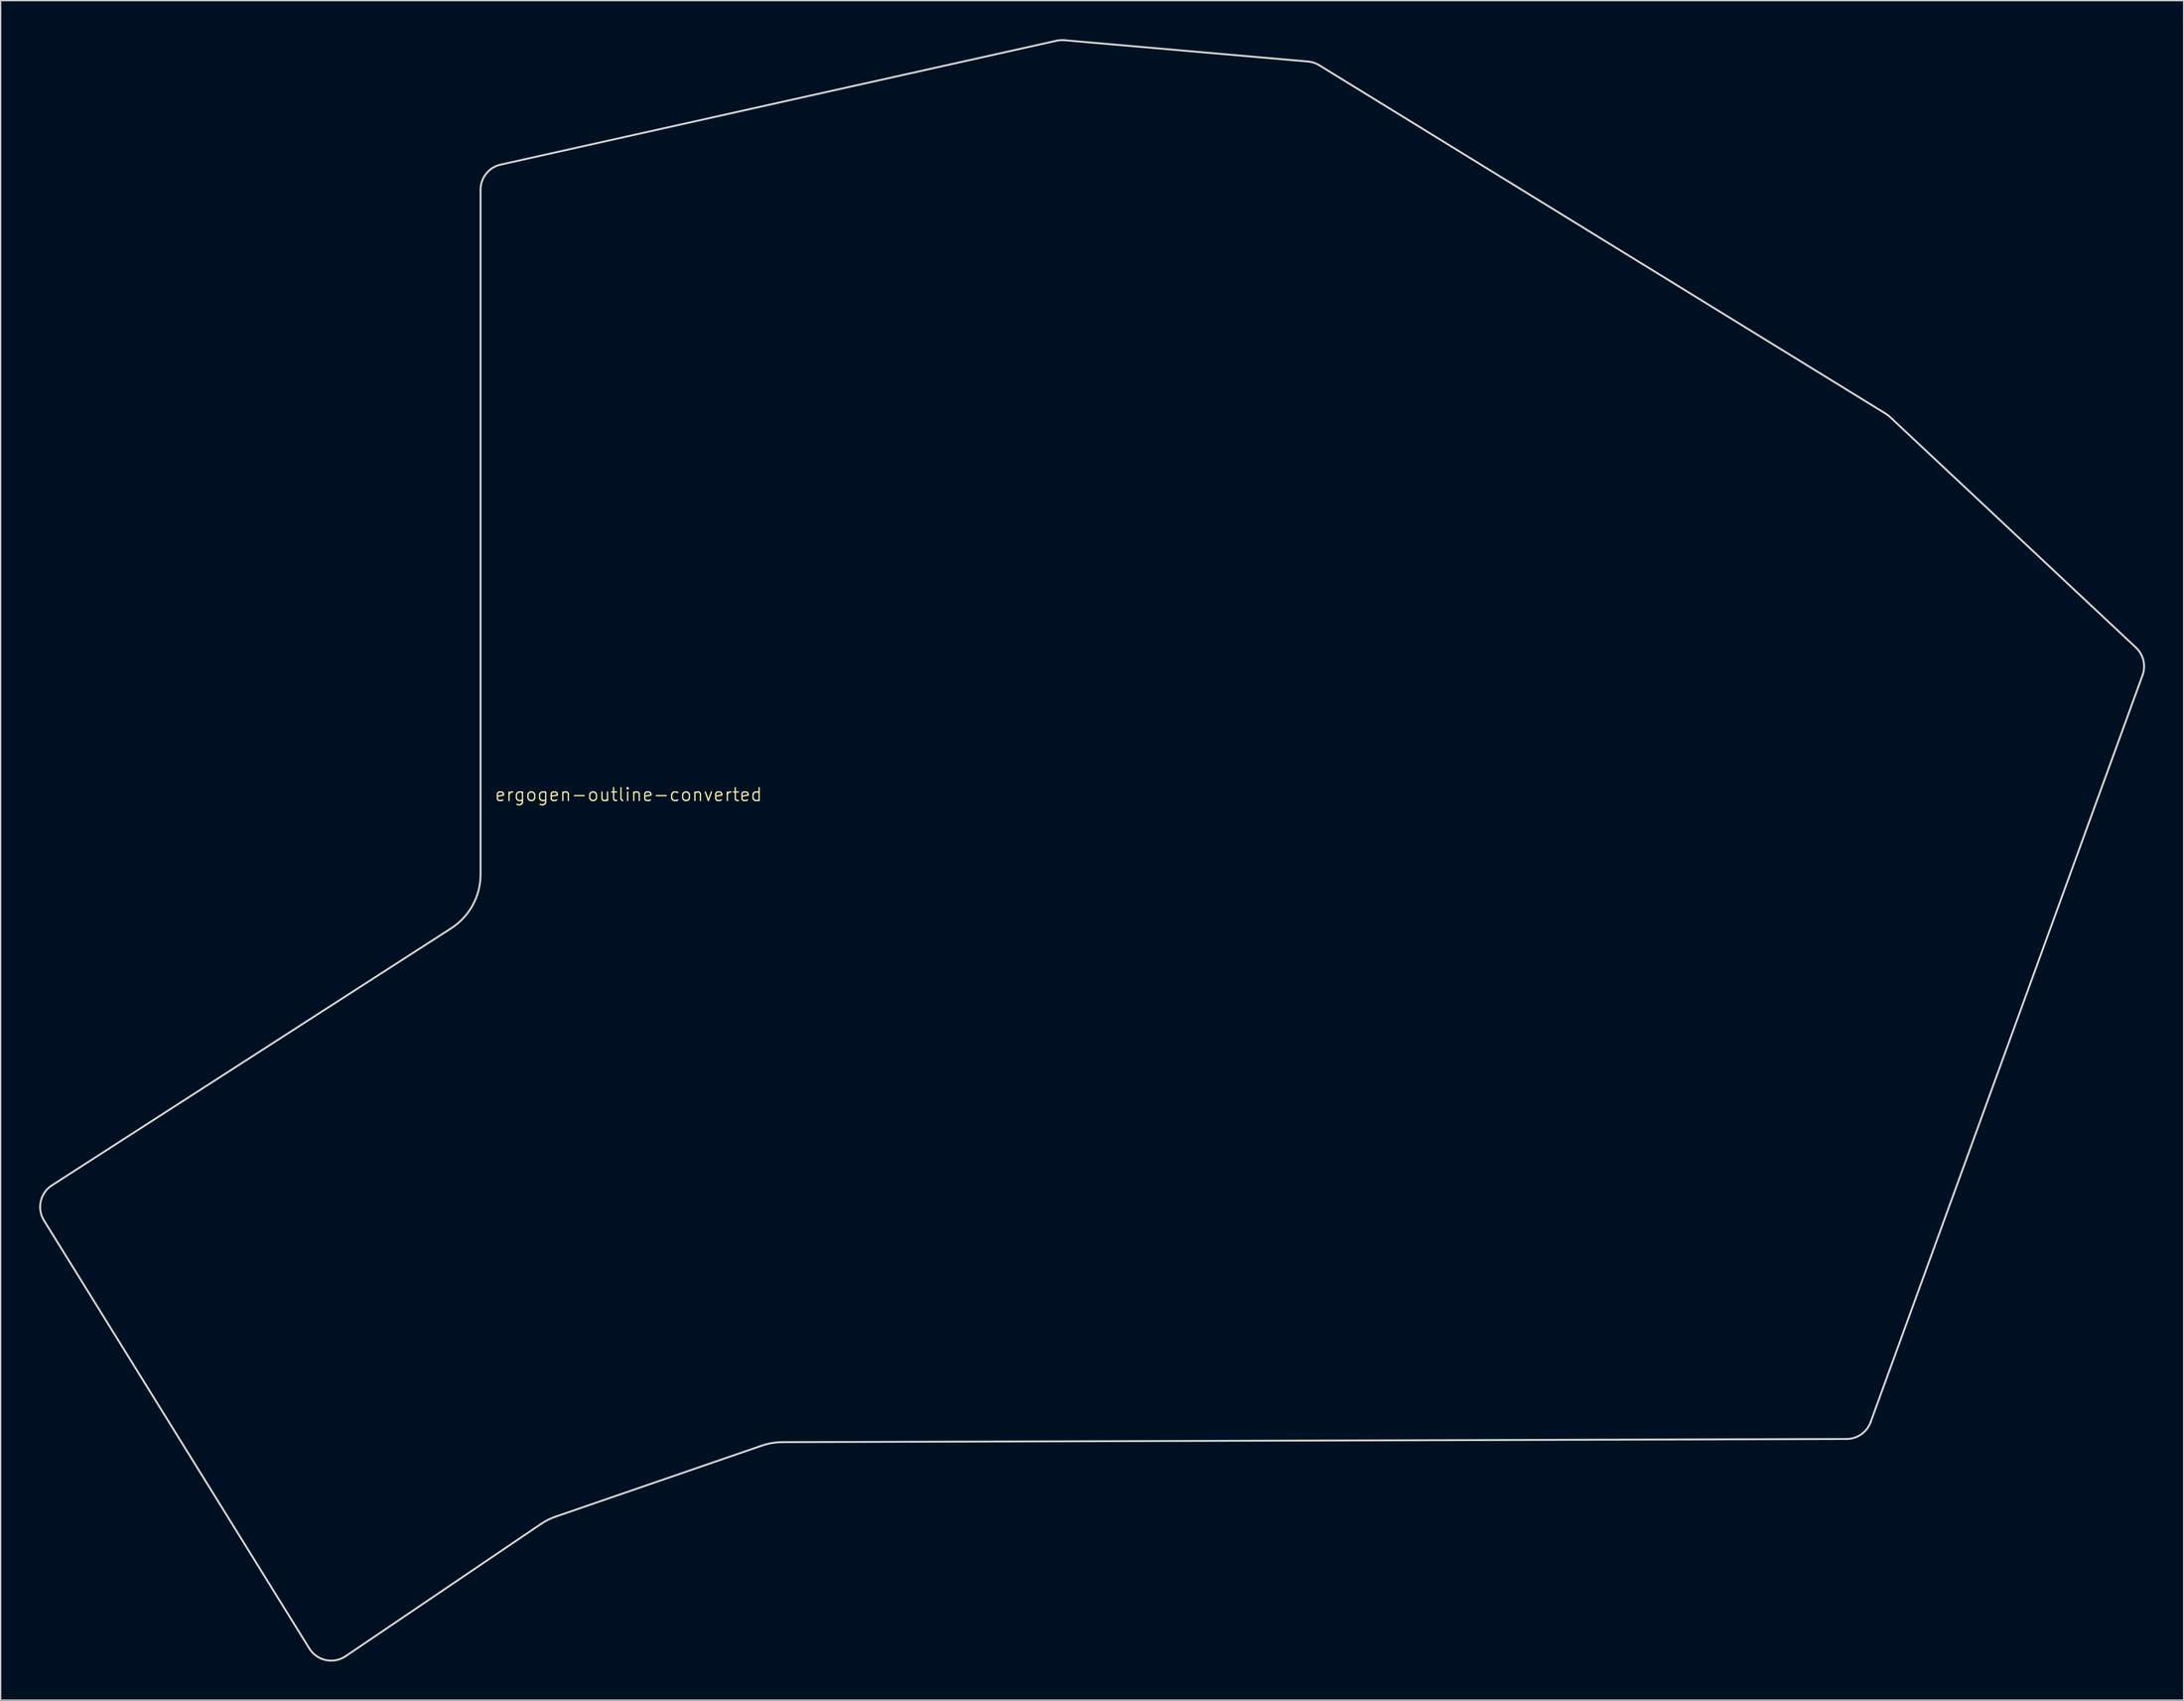
<source format=kicad_pcb>
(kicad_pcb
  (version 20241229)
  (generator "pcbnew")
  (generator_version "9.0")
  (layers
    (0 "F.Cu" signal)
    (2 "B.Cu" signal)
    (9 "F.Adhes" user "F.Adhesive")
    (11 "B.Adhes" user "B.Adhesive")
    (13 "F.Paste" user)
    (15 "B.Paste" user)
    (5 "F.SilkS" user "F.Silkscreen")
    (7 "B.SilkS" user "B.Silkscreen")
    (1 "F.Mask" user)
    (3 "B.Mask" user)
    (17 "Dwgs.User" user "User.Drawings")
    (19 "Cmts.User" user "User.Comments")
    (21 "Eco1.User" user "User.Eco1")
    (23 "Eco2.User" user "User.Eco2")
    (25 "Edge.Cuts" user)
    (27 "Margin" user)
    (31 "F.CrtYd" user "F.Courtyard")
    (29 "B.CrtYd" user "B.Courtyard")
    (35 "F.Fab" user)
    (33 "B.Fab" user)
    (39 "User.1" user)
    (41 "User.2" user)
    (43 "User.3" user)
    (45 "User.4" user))
  (footprint "ergogen-outline-converted"
    (layer "F.Cu")
    (at 45.9 59.349)
    (property "Reference" "ergogen-outline-converted" (at 0 -0.5 0) (unlocked yes) (layer "F.SilkS") (effects (font (size 1 1) (thickness 0.1))))
    (attr board_only exclude_from_pos_files exclude_from_bom)
    (fp_line (start -44.908 29.932) (end -13.818 9.911) (stroke (width 0.15) (type solid)) (layer "Edge.Cuts"))
    (fp_line (start -24.859 66.008) (end -45.525 32.667) (stroke (width 0.15) (type solid)) (layer "Edge.Cuts"))
    (fp_line (start -11.525 5.707) (end -11.525 -47.625) (stroke (width 0.15) (type solid)) (layer "Edge.Cuts"))
    (fp_line (start -9.96 -49.577) (end 33.327 -59.226) (stroke (width 0.15) (type solid)) (layer "Edge.Cuts"))
    (fp_line (start -6.832 56.315) (end -22.038 66.61) (stroke (width 0.15) (type solid)) (layer "Edge.Cuts"))
    (fp_line (start 10.38 50.205) (end -5.657 55.727) (stroke (width 0.15) (type solid)) (layer "Edge.Cuts"))
    (fp_line (start 33.936 -59.266) (end 52.914 -57.606) (stroke (width 0.15) (type solid)) (layer "Edge.Cuts"))
    (fp_line (start 53.788 -57.317) (end 97.906 -30.173) (stroke (width 0.15) (type solid)) (layer "Edge.Cuts"))
    (fp_line (start 94.853 49.686) (end 11.993 49.933) (stroke (width 0.15) (type solid)) (layer "Edge.Cuts"))
    (fp_line (start 98.226 -29.928) (end 117.391 -11.951) (stroke (width 0.15) (type solid)) (layer "Edge.Cuts"))
    (fp_line (start 117.902 -9.808) (end 96.726 48.37) (stroke (width 0.15) (type solid)) (layer "Edge.Cuts"))
    (fp_arc (start -45.525151 32.666731) (mid -45.776176 31.17289) (end -44.908045 29.931551) (stroke (width 0.15) (type solid)) (layer "Edge.Cuts"))
    (fp_arc (start -22.038204 66.610177) (mid -23.577167 66.909984) (end -24.859452 66.007746) (stroke (width 0.15) (type solid)) (layer "Edge.Cuts"))
    (fp_arc (start -11.525 -47.625) (mid -11.085491 -48.875947) (end -9.960132 -49.577091) (stroke (width 0.15) (type solid)) (layer "Edge.Cuts"))
    (fp_arc (start -11.525 5.706893) (mid -12.135502 8.101117) (end -13.817924 9.91067) (stroke (width 0.15) (type solid)) (layer "Edge.Cuts"))
    (fp_arc (start -6.832351 56.314592) (mid -6.26401 55.982137) (end -5.656913 55.727244) (stroke (width 0.15) (type solid)) (layer "Edge.Cuts"))
    (fp_arc (start 10.38045 50.205137) (mid 11.17572 50.002536) (end 11.993419 49.932752) (stroke (width 0.15) (type solid)) (layer "Edge.Cuts"))
    (fp_arc (start 33.326905 -59.226022) (mid 33.63008 -59.269567) (end 33.936349 -59.26632) (stroke (width 0.15) (type solid)) (layer "Edge.Cuts"))
    (fp_arc (start 52.913859 -57.606003) (mid 53.367569 -57.512442) (end 53.787593 -57.317022) (stroke (width 0.15) (type solid)) (layer "Edge.Cuts"))
    (fp_arc (start 96.726357 48.370347) (mid 95.996556 49.322889) (end 94.85292 49.686297) (stroke (width 0.15) (type solid)) (layer "Edge.Cuts"))
    (fp_arc (start 97.90556 -30.172827) (mid 98.071858 -30.058553) (end 98.225803 -29.928112) (stroke (width 0.15) (type solid)) (layer "Edge.Cuts"))
    (fp_arc (start 117.390583 -11.951107) (mid 117.967727 -10.956446) (end 117.901679 -9.808373) (stroke (width 0.15) (type solid)) (layer "Edge.Cuts")))
  (gr_rect
    (start -3 -3)
    (end 166.998 129.378)
    (stroke (width 0.1) (type default))
    (fill no)
    (layer "Edge.Cuts")))
</source>
